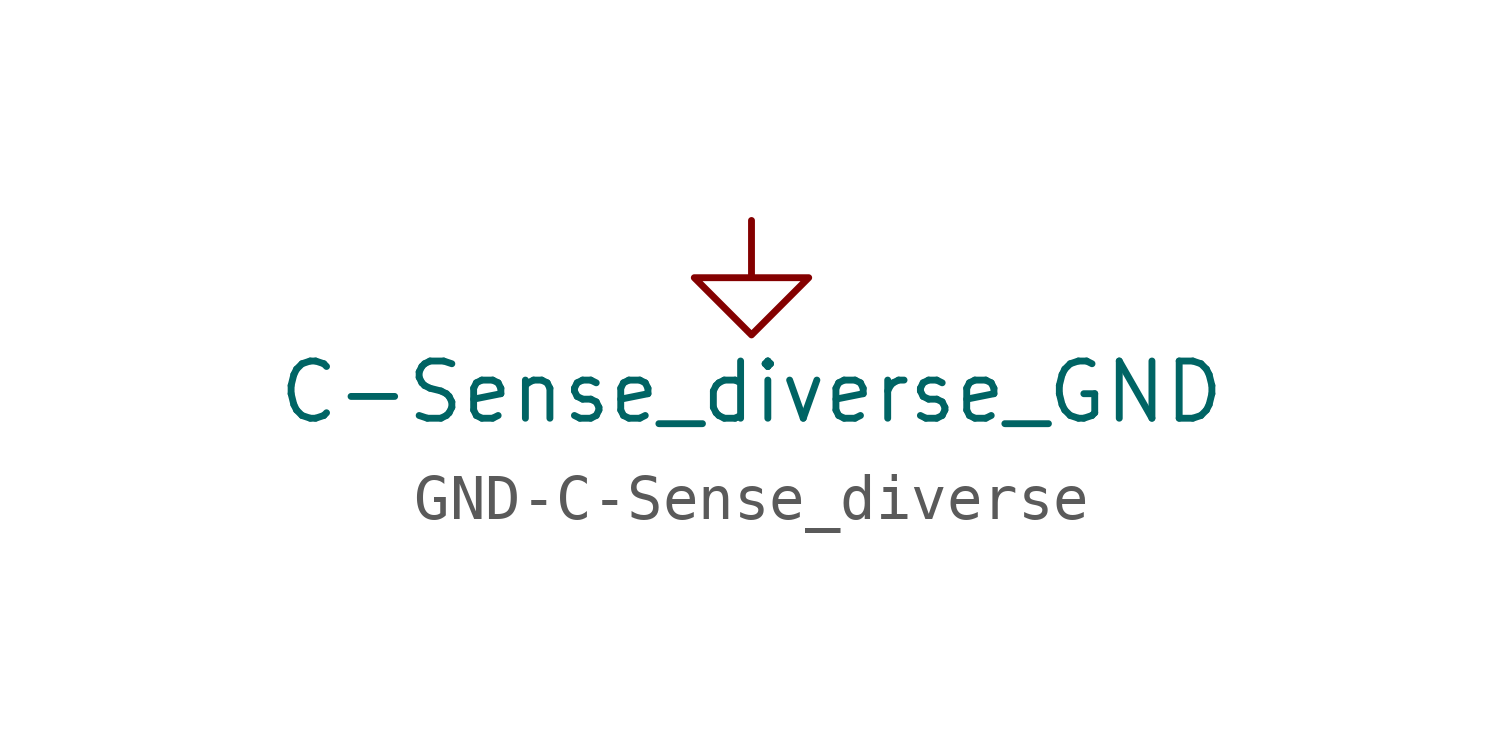
<source format=kicad_sym>
(kicad_symbol_lib
  (version 20231120)
  (generator "kicad_symbol_editor")
  (generator_version "8.0")
  (symbol "GND-C-Sense_diverse"
    (power)
    (pin_names
      (offset 0))
    (property "Reference" "#PWR"
      (at 0 -6.35 0)
      (effects (font (size 1.27 1.27)) (hide yes)))
    (property "Value" "C-Sense_diverse_GND"
      (at 0 -3.81 0)
      (effects (font (size 1.27 1.27))))
    (symbol "GND-C-Sense_diverse_0_1"
      (polyline (pts (xy 0 0) (xy 0 -1.27) (xy 1.27 -1.27) (xy 0 -2.54) (xy -1.27 -1.27) (xy 0 -1.27)) (stroke (width 0) (type solid)) (fill (type none))))
    (symbol "GND-C-Sense_diverse_1_1"
      (pin power_in line (at 0 0 270) (length 0) hide (name "GND" (effects (font (size 1.27 1.27)))) (number "1" (effects (font (size 1.27 1.27))))))))
</source>
